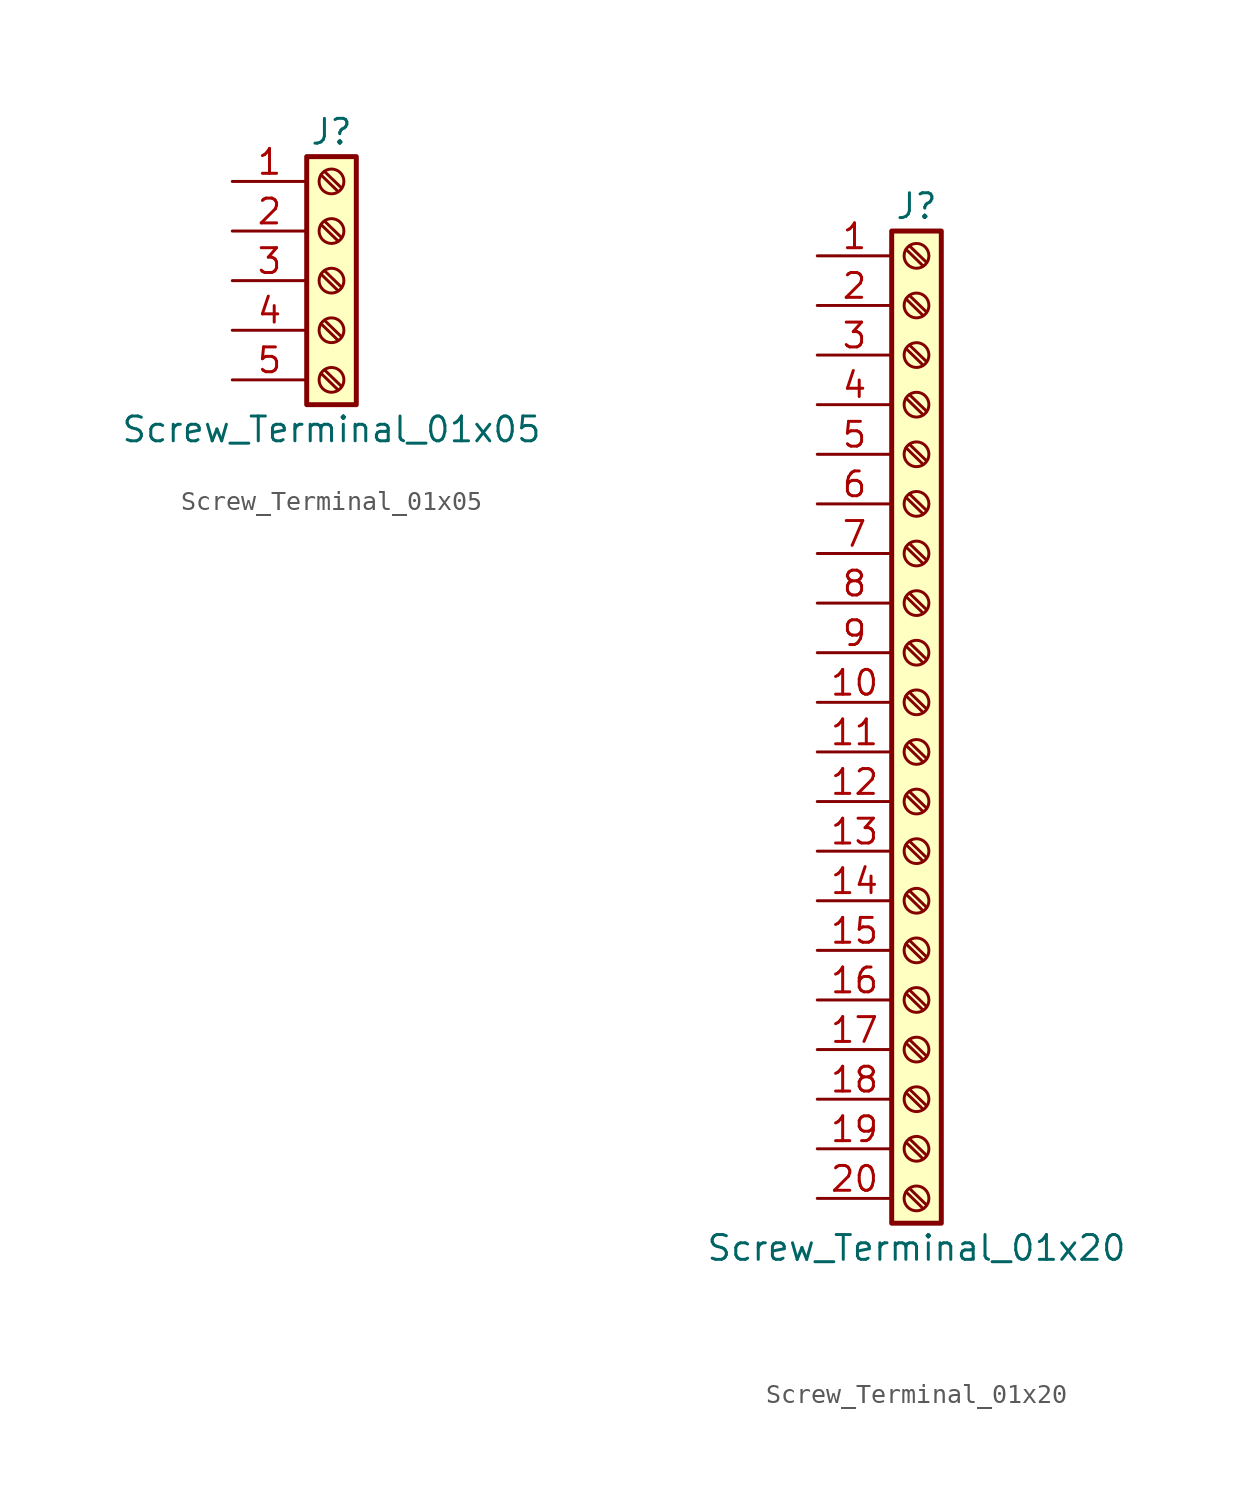
<source format=kicad_sym>
(kicad_symbol_lib
  (version 20201005)
  (generator kicad_symbol_editor)
  (symbol "Screw_Terminal_01x05"
    (pin_names
      (offset 1.016) hide)
    (property "Reference" "J"
      (at 0 7.62 0)
      (effects (font (size 1.27 1.27))))
    (property "Value" "Screw_Terminal_01x05"
      (at 0 -7.62 0)
      (effects (font (size 1.27 1.27))))
    (symbol "Screw_Terminal_01x05_1_1"
      (circle (center 0 -5.08) (radius 0.635) (stroke (width 0.152)) (fill (type none)))
      (circle (center 0 -2.54) (radius 0.635) (stroke (width 0.152)) (fill (type none)))
      (circle (center 0 0) (radius 0.635) (stroke (width 0.152)) (fill (type none)))
      (circle (center 0 2.54) (radius 0.635) (stroke (width 0.152)) (fill (type none)))
      (circle (center 0 5.08) (radius 0.635) (stroke (width 0.152)) (fill (type none)))
      (rectangle (start -1.27 6.35) (end 1.27 -6.35) (stroke (width 0.254)) (fill (type background)))
      (polyline (pts (xy -0.533 -4.75) (xy 0.33 -5.588)) (stroke (width 0.152)) (fill (type none)))
      (polyline (pts (xy -0.533 -2.21) (xy 0.33 -3.048)) (stroke (width 0.152)) (fill (type none)))
      (polyline (pts (xy -0.533 0.33) (xy 0.33 -0.508)) (stroke (width 0.152)) (fill (type none)))
      (polyline (pts (xy -0.533 2.87) (xy 0.33 2.032)) (stroke (width 0.152)) (fill (type none)))
      (polyline (pts (xy -0.533 5.41) (xy 0.33 4.572)) (stroke (width 0.152)) (fill (type none)))
      (polyline (pts (xy -0.356 -4.572) (xy 0.508 -5.41)) (stroke (width 0.152)) (fill (type none)))
      (polyline (pts (xy -0.356 -2.032) (xy 0.508 -2.87)) (stroke (width 0.152)) (fill (type none)))
      (polyline (pts (xy -0.356 0.508) (xy 0.508 -0.33)) (stroke (width 0.152)) (fill (type none)))
      (polyline (pts (xy -0.356 3.048) (xy 0.508 2.21)) (stroke (width 0.152)) (fill (type none)))
      (polyline (pts (xy -0.356 5.588) (xy 0.508 4.75)) (stroke (width 0.152)) (fill (type none)))
      (pin passive line (at -5.08 5.08 0) (length 3.81) (name "Pin_1" (effects (font (size 1.27 1.27)))) (number "1" (effects (font (size 1.27 1.27)))))
      (pin passive line (at -5.08 2.54 0) (length 3.81) (name "Pin_2" (effects (font (size 1.27 1.27)))) (number "2" (effects (font (size 1.27 1.27)))))
      (pin passive line (at -5.08 0 0) (length 3.81) (name "Pin_3" (effects (font (size 1.27 1.27)))) (number "3" (effects (font (size 1.27 1.27)))))
      (pin passive line (at -5.08 -2.54 0) (length 3.81) (name "Pin_4" (effects (font (size 1.27 1.27)))) (number "4" (effects (font (size 1.27 1.27)))))
      (pin passive line (at -5.08 -5.08 0) (length 3.81) (name "Pin_5" (effects (font (size 1.27 1.27)))) (number "5" (effects (font (size 1.27 1.27)))))))
  (symbol "Screw_Terminal_01x20"
    (pin_names
      (offset 1.016) hide)
    (property "Reference" "J"
      (at 0 25.4 0)
      (effects (font (size 1.27 1.27))))
    (property "Value" "Screw_Terminal_01x20"
      (at 0 -27.94 0)
      (effects (font (size 1.27 1.27))))
    (symbol "Screw_Terminal_01x20_1_1"
      (circle (center 0 -25.4) (radius 0.635) (stroke (width 0.152)) (fill (type none)))
      (circle (center 0 -22.86) (radius 0.635) (stroke (width 0.152)) (fill (type none)))
      (circle (center 0 -20.32) (radius 0.635) (stroke (width 0.152)) (fill (type none)))
      (circle (center 0 -17.78) (radius 0.635) (stroke (width 0.152)) (fill (type none)))
      (circle (center 0 -15.24) (radius 0.635) (stroke (width 0.152)) (fill (type none)))
      (circle (center 0 -12.7) (radius 0.635) (stroke (width 0.152)) (fill (type none)))
      (circle (center 0 -10.16) (radius 0.635) (stroke (width 0.152)) (fill (type none)))
      (circle (center 0 -7.62) (radius 0.635) (stroke (width 0.152)) (fill (type none)))
      (circle (center 0 -5.08) (radius 0.635) (stroke (width 0.152)) (fill (type none)))
      (circle (center 0 -2.54) (radius 0.635) (stroke (width 0.152)) (fill (type none)))
      (circle (center 0 0) (radius 0.635) (stroke (width 0.152)) (fill (type none)))
      (circle (center 0 2.54) (radius 0.635) (stroke (width 0.152)) (fill (type none)))
      (circle (center 0 5.08) (radius 0.635) (stroke (width 0.152)) (fill (type none)))
      (circle (center 0 7.62) (radius 0.635) (stroke (width 0.152)) (fill (type none)))
      (circle (center 0 10.16) (radius 0.635) (stroke (width 0.152)) (fill (type none)))
      (circle (center 0 12.7) (radius 0.635) (stroke (width 0.152)) (fill (type none)))
      (circle (center 0 15.24) (radius 0.635) (stroke (width 0.152)) (fill (type none)))
      (circle (center 0 17.78) (radius 0.635) (stroke (width 0.152)) (fill (type none)))
      (circle (center 0 20.32) (radius 0.635) (stroke (width 0.152)) (fill (type none)))
      (circle (center 0 22.86) (radius 0.635) (stroke (width 0.152)) (fill (type none)))
      (rectangle (start -1.27 24.13) (end 1.27 -26.67) (stroke (width 0.254)) (fill (type background)))
      (polyline (pts (xy -0.533 -25.07) (xy 0.33 -25.908)) (stroke (width 0.152)) (fill (type none)))
      (polyline (pts (xy -0.533 -22.53) (xy 0.33 -23.368)) (stroke (width 0.152)) (fill (type none)))
      (polyline (pts (xy -0.533 -19.99) (xy 0.33 -20.828)) (stroke (width 0.152)) (fill (type none)))
      (polyline (pts (xy -0.533 -17.45) (xy 0.33 -18.288)) (stroke (width 0.152)) (fill (type none)))
      (polyline (pts (xy -0.533 -14.91) (xy 0.33 -15.748)) (stroke (width 0.152)) (fill (type none)))
      (polyline (pts (xy -0.533 -12.37) (xy 0.33 -13.208)) (stroke (width 0.152)) (fill (type none)))
      (polyline (pts (xy -0.533 -9.83) (xy 0.33 -10.668)) (stroke (width 0.152)) (fill (type none)))
      (polyline (pts (xy -0.533 -7.29) (xy 0.33 -8.128)) (stroke (width 0.152)) (fill (type none)))
      (polyline (pts (xy -0.533 -4.75) (xy 0.33 -5.588)) (stroke (width 0.152)) (fill (type none)))
      (polyline (pts (xy -0.533 -2.21) (xy 0.33 -3.048)) (stroke (width 0.152)) (fill (type none)))
      (polyline (pts (xy -0.533 0.33) (xy 0.33 -0.508)) (stroke (width 0.152)) (fill (type none)))
      (polyline (pts (xy -0.533 2.87) (xy 0.33 2.032)) (stroke (width 0.152)) (fill (type none)))
      (polyline (pts (xy -0.533 5.41) (xy 0.33 4.572)) (stroke (width 0.152)) (fill (type none)))
      (polyline (pts (xy -0.533 7.95) (xy 0.33 7.112)) (stroke (width 0.152)) (fill (type none)))
      (polyline (pts (xy -0.533 10.49) (xy 0.33 9.652)) (stroke (width 0.152)) (fill (type none)))
      (polyline (pts (xy -0.533 13.03) (xy 0.33 12.192)) (stroke (width 0.152)) (fill (type none)))
      (polyline (pts (xy -0.533 15.57) (xy 0.33 14.732)) (stroke (width 0.152)) (fill (type none)))
      (polyline (pts (xy -0.533 18.11) (xy 0.33 17.272)) (stroke (width 0.152)) (fill (type none)))
      (polyline (pts (xy -0.533 20.65) (xy 0.33 19.812)) (stroke (width 0.152)) (fill (type none)))
      (polyline (pts (xy -0.533 23.19) (xy 0.33 22.352)) (stroke (width 0.152)) (fill (type none)))
      (polyline (pts (xy -0.356 -24.892) (xy 0.508 -25.73)) (stroke (width 0.152)) (fill (type none)))
      (polyline (pts (xy -0.356 -22.352) (xy 0.508 -23.19)) (stroke (width 0.152)) (fill (type none)))
      (polyline (pts (xy -0.356 -19.812) (xy 0.508 -20.65)) (stroke (width 0.152)) (fill (type none)))
      (polyline (pts (xy -0.356 -17.272) (xy 0.508 -18.11)) (stroke (width 0.152)) (fill (type none)))
      (polyline (pts (xy -0.356 -14.732) (xy 0.508 -15.57)) (stroke (width 0.152)) (fill (type none)))
      (polyline (pts (xy -0.356 -12.192) (xy 0.508 -13.03)) (stroke (width 0.152)) (fill (type none)))
      (polyline (pts (xy -0.356 -9.652) (xy 0.508 -10.49)) (stroke (width 0.152)) (fill (type none)))
      (polyline (pts (xy -0.356 -7.112) (xy 0.508 -7.95)) (stroke (width 0.152)) (fill (type none)))
      (polyline (pts (xy -0.356 -4.572) (xy 0.508 -5.41)) (stroke (width 0.152)) (fill (type none)))
      (polyline (pts (xy -0.356 -2.032) (xy 0.508 -2.87)) (stroke (width 0.152)) (fill (type none)))
      (polyline (pts (xy -0.356 0.508) (xy 0.508 -0.33)) (stroke (width 0.152)) (fill (type none)))
      (polyline (pts (xy -0.356 3.048) (xy 0.508 2.21)) (stroke (width 0.152)) (fill (type none)))
      (polyline (pts (xy -0.356 5.588) (xy 0.508 4.75)) (stroke (width 0.152)) (fill (type none)))
      (polyline (pts (xy -0.356 8.128) (xy 0.508 7.29)) (stroke (width 0.152)) (fill (type none)))
      (polyline (pts (xy -0.356 10.668) (xy 0.508 9.83)) (stroke (width 0.152)) (fill (type none)))
      (polyline (pts (xy -0.356 13.208) (xy 0.508 12.37)) (stroke (width 0.152)) (fill (type none)))
      (polyline (pts (xy -0.356 15.748) (xy 0.508 14.91)) (stroke (width 0.152)) (fill (type none)))
      (polyline (pts (xy -0.356 18.288) (xy 0.508 17.45)) (stroke (width 0.152)) (fill (type none)))
      (polyline (pts (xy -0.356 20.828) (xy 0.508 19.99)) (stroke (width 0.152)) (fill (type none)))
      (polyline (pts (xy -0.356 23.368) (xy 0.508 22.53)) (stroke (width 0.152)) (fill (type none)))
      (pin passive line (at -5.08 22.86 0) (length 3.81) (name "Pin_1" (effects (font (size 1.27 1.27)))) (number "1" (effects (font (size 1.27 1.27)))))
      (pin passive line (at -5.08 0 0) (length 3.81) (name "Pin_10" (effects (font (size 1.27 1.27)))) (number "10" (effects (font (size 1.27 1.27)))))
      (pin passive line (at -5.08 -2.54 0) (length 3.81) (name "Pin_11" (effects (font (size 1.27 1.27)))) (number "11" (effects (font (size 1.27 1.27)))))
      (pin passive line (at -5.08 -5.08 0) (length 3.81) (name "Pin_12" (effects (font (size 1.27 1.27)))) (number "12" (effects (font (size 1.27 1.27)))))
      (pin passive line (at -5.08 -7.62 0) (length 3.81) (name "Pin_13" (effects (font (size 1.27 1.27)))) (number "13" (effects (font (size 1.27 1.27)))))
      (pin passive line (at -5.08 -10.16 0) (length 3.81) (name "Pin_14" (effects (font (size 1.27 1.27)))) (number "14" (effects (font (size 1.27 1.27)))))
      (pin passive line (at -5.08 -12.7 0) (length 3.81) (name "Pin_15" (effects (font (size 1.27 1.27)))) (number "15" (effects (font (size 1.27 1.27)))))
      (pin passive line (at -5.08 -15.24 0) (length 3.81) (name "Pin_16" (effects (font (size 1.27 1.27)))) (number "16" (effects (font (size 1.27 1.27)))))
      (pin passive line (at -5.08 -17.78 0) (length 3.81) (name "Pin_17" (effects (font (size 1.27 1.27)))) (number "17" (effects (font (size 1.27 1.27)))))
      (pin passive line (at -5.08 -20.32 0) (length 3.81) (name "Pin_18" (effects (font (size 1.27 1.27)))) (number "18" (effects (font (size 1.27 1.27)))))
      (pin passive line (at -5.08 -22.86 0) (length 3.81) (name "Pin_19" (effects (font (size 1.27 1.27)))) (number "19" (effects (font (size 1.27 1.27)))))
      (pin passive line (at -5.08 20.32 0) (length 3.81) (name "Pin_2" (effects (font (size 1.27 1.27)))) (number "2" (effects (font (size 1.27 1.27)))))
      (pin passive line (at -5.08 -25.4 0) (length 3.81) (name "Pin_20" (effects (font (size 1.27 1.27)))) (number "20" (effects (font (size 1.27 1.27)))))
      (pin passive line (at -5.08 17.78 0) (length 3.81) (name "Pin_3" (effects (font (size 1.27 1.27)))) (number "3" (effects (font (size 1.27 1.27)))))
      (pin passive line (at -5.08 15.24 0) (length 3.81) (name "Pin_4" (effects (font (size 1.27 1.27)))) (number "4" (effects (font (size 1.27 1.27)))))
      (pin passive line (at -5.08 12.7 0) (length 3.81) (name "Pin_5" (effects (font (size 1.27 1.27)))) (number "5" (effects (font (size 1.27 1.27)))))
      (pin passive line (at -5.08 10.16 0) (length 3.81) (name "Pin_6" (effects (font (size 1.27 1.27)))) (number "6" (effects (font (size 1.27 1.27)))))
      (pin passive line (at -5.08 7.62 0) (length 3.81) (name "Pin_7" (effects (font (size 1.27 1.27)))) (number "7" (effects (font (size 1.27 1.27)))))
      (pin passive line (at -5.08 5.08 0) (length 3.81) (name "Pin_8" (effects (font (size 1.27 1.27)))) (number "8" (effects (font (size 1.27 1.27)))))
      (pin passive line (at -5.08 2.54 0) (length 3.81) (name "Pin_9" (effects (font (size 1.27 1.27)))) (number "9" (effects (font (size 1.27 1.27))))))))
</source>
